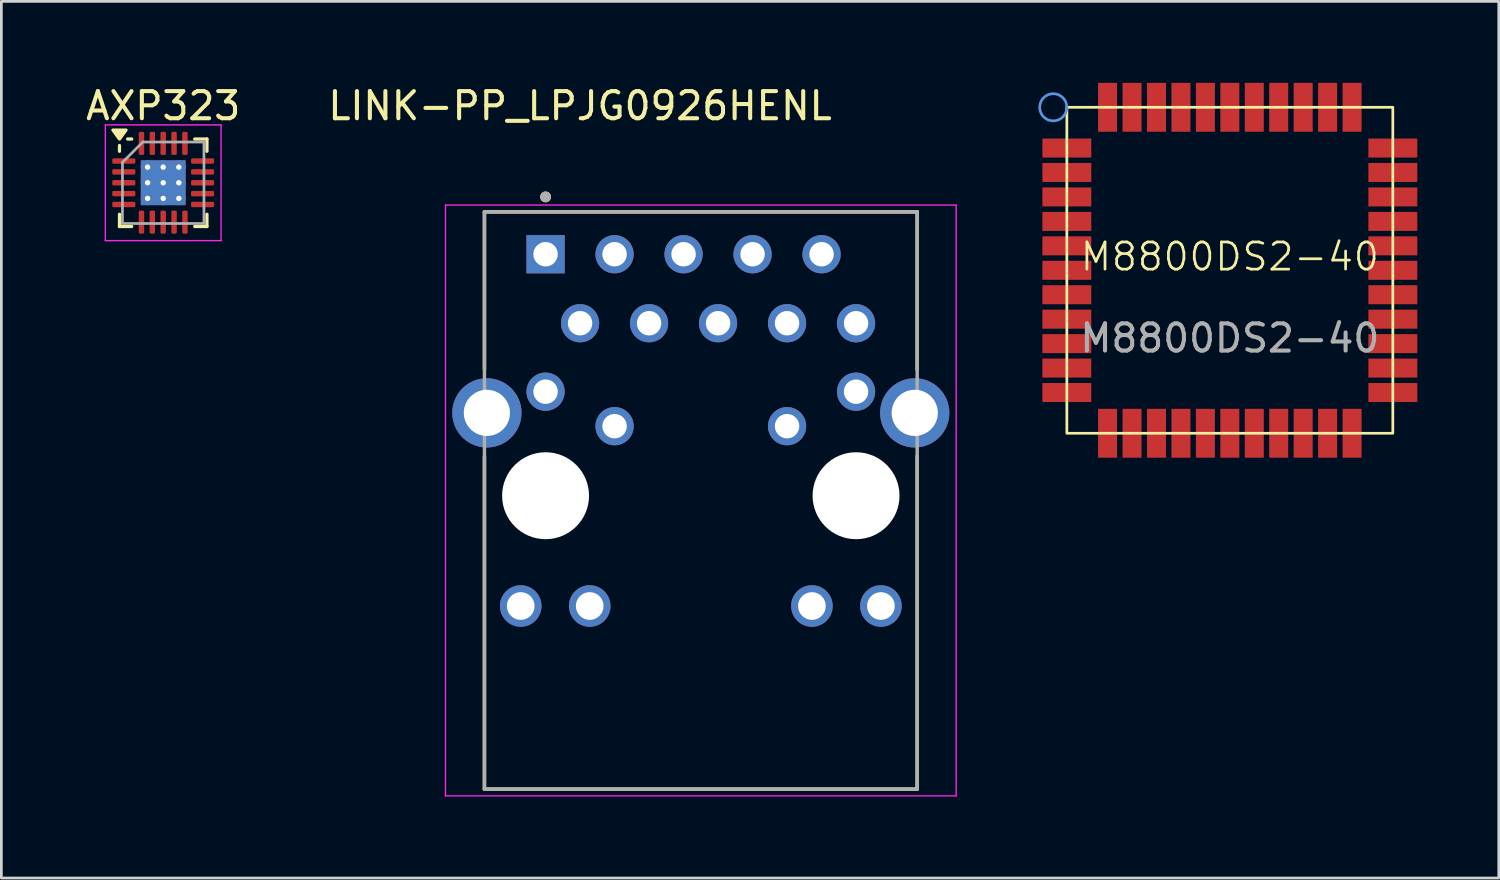
<source format=kicad_pcb>
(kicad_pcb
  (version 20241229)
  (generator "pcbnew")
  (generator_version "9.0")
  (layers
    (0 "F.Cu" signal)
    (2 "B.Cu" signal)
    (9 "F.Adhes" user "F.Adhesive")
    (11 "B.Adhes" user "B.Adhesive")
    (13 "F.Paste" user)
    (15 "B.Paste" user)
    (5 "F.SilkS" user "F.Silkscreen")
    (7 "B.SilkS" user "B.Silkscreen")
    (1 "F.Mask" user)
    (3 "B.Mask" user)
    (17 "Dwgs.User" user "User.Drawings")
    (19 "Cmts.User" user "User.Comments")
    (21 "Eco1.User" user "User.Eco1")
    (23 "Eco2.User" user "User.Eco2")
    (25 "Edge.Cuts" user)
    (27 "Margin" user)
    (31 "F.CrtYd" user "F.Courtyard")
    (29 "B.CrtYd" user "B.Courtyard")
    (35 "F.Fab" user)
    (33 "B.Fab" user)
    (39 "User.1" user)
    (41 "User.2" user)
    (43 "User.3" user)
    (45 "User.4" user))
  (footprint "LINK-PP_LPJG0926HENL"
    (layer "F.Cu")
    (at 22.749 15.199)
    (property "Reference" "LINK-PP_LPJG0926HENL" (at -4.445 -14.351 0) (layer "F.SilkS") (effects (font (size 1 1) (thickness 0.15))))
    (attr through_hole)
    (fp_line (start -7.965 -10.45) (end 7.965 -10.45) (stroke (width 0.127) (type solid)) (layer "F.SilkS"))
    (fp_line (start -7.965 -4.645) (end -7.965 -10.45) (stroke (width 0.127) (type solid)) (layer "F.SilkS"))
    (fp_line (start -7.965 10.8) (end -7.965 -1.455) (stroke (width 0.127) (type solid)) (layer "F.SilkS"))
    (fp_line (start 7.965 -10.45) (end 7.965 -4.645) (stroke (width 0.127) (type solid)) (layer "F.SilkS"))
    (fp_line (start 7.965 10.8) (end -7.965 10.8) (stroke (width 0.127) (type solid)) (layer "F.SilkS"))
    (fp_line (start 7.965 10.8) (end 7.965 -1.455) (stroke (width 0.127) (type solid)) (layer "F.SilkS"))
    (fp_circle (center -5.715 -11) (end -5.615 -11) (stroke (width 0.2) (type solid)) (fill no) (layer "F.SilkS"))
    (fp_line (start -9.4 -10.7) (end -9.4 11.05) (stroke (width 0.05) (type solid)) (layer "F.CrtYd"))
    (fp_line (start -9.4 11.05) (end 9.4 11.05) (stroke (width 0.05) (type solid)) (layer "F.CrtYd"))
    (fp_line (start 9.4 -10.7) (end -9.4 -10.7) (stroke (width 0.05) (type solid)) (layer "F.CrtYd"))
    (fp_line (start 9.4 11.05) (end 9.4 -10.7) (stroke (width 0.05) (type solid)) (layer "F.CrtYd"))
    (fp_line (start -7.965 -10.45) (end 7.965 -10.45) (stroke (width 0.127) (type solid)) (layer "F.Fab"))
    (fp_line (start -7.965 10.8) (end -7.965 -10.45) (stroke (width 0.127) (type solid)) (layer "F.Fab"))
    (fp_line (start 7.965 -10.45) (end 7.965 10.8) (stroke (width 0.127) (type solid)) (layer "F.Fab"))
    (fp_line (start 7.965 10.8) (end -7.965 10.8) (stroke (width 0.127) (type solid)) (layer "F.Fab"))
    (fp_circle (center -5.715 -11) (end -5.615 -11) (stroke (width 0.2) (type solid)) (fill no) (layer "F.Fab"))
    (pad "" np_thru_hole circle (at -5.715 0) (size 3.2 3.2) (drill 3.2) (layers "*.Cu" "*.Mask"))
    (pad "" np_thru_hole circle (at 5.715 0) (size 3.2 3.2) (drill 3.2) (layers "*.Cu" "*.Mask"))
    (pad "1" thru_hole rect (at -5.715 -8.89) (size 1.408 1.408) (drill 0.9) (layers "*.Cu" "*.Mask"))
    (pad "2" thru_hole circle (at -4.445 -6.35) (size 1.408 1.408) (drill 0.9) (layers "*.Cu" "*.Mask"))
    (pad "3" thru_hole circle (at -3.175 -8.89) (size 1.408 1.408) (drill 0.9) (layers "*.Cu" "*.Mask"))
    (pad "4" thru_hole circle (at -1.905 -6.35) (size 1.408 1.408) (drill 0.9) (layers "*.Cu" "*.Mask"))
    (pad "5" thru_hole circle (at -0.635 -8.89) (size 1.408 1.408) (drill 0.9) (layers "*.Cu" "*.Mask"))
    (pad "6" thru_hole circle (at 0.635 -6.35) (size 1.408 1.408) (drill 0.9) (layers "*.Cu" "*.Mask"))
    (pad "7" thru_hole circle (at 1.905 -8.89) (size 1.408 1.408) (drill 0.9) (layers "*.Cu" "*.Mask"))
    (pad "8" thru_hole circle (at 3.175 -6.35) (size 1.408 1.408) (drill 0.9) (layers "*.Cu" "*.Mask"))
    (pad "9" thru_hole circle (at 4.445 -8.89) (size 1.408 1.408) (drill 0.9) (layers "*.Cu" "*.Mask"))
    (pad "10" thru_hole circle (at 5.715 -6.35) (size 1.408 1.408) (drill 0.9) (layers "*.Cu" "*.Mask"))
    (pad "11" thru_hole circle (at -5.715 -3.83) (size 1.408 1.408) (drill 0.9) (layers "*.Cu" "*.Mask"))
    (pad "12" thru_hole circle (at -3.175 -2.56) (size 1.408 1.408) (drill 0.9) (layers "*.Cu" "*.Mask"))
    (pad "13" thru_hole circle (at 3.175 -2.56) (size 1.408 1.408) (drill 0.9) (layers "*.Cu" "*.Mask"))
    (pad "14" thru_hole circle (at 5.715 -3.83) (size 1.408 1.408) (drill 0.9) (layers "*.Cu" "*.Mask"))
    (pad "15" thru_hole circle (at -6.63 4.06) (size 1.53 1.53) (drill 1.02) (layers "*.Cu" "*.Mask"))
    (pad "16" thru_hole circle (at -4.09 4.06) (size 1.53 1.53) (drill 1.02) (layers "*.Cu" "*.Mask"))
    (pad "17" thru_hole circle (at 4.09 4.06) (size 1.53 1.53) (drill 1.02) (layers "*.Cu" "*.Mask"))
    (pad "18" thru_hole circle (at 6.63 4.06) (size 1.53 1.53) (drill 1.02) (layers "*.Cu" "*.Mask"))
    (pad "S1" thru_hole circle (at -7.875 -3.05) (size 2.55 2.55) (drill 1.7) (layers "*.Cu" "*.Mask"))
    (pad "S2" thru_hole circle (at 7.875 -3.05) (size 2.55 2.55) (drill 1.7) (layers "*.Cu" "*.Mask")))
  (footprint "M8800DS2-40"
    (layer "F.Cu")
    (at 42.224 6.9)
    (property "Reference" "M8800DS2-40" (at 0 -0.5 0) (unlocked yes) (layer "F.SilkS") (effects (font (size 1 1) (thickness 0.1))))
    (attr smd)
    (fp_rect (start -6 -6) (end 6 6) (stroke (width 0.1) (type solid)) (fill no) (layer "F.SilkS"))
    (fp_circle (center -6.5 -6) (end -6 -6) (stroke (width 0.1) (type solid)) (fill no) (layer "Cmts.User"))
    (fp_text user "${REFERENCE}" (at 0 2.5 0) (unlocked yes) (layer "F.Fab") (effects (font (size 1 1) (thickness 0.15))))
    (pad "1" smd rect (at -6 -4.5) (size 1.8 0.7) (layers "F.Cu" "F.Mask" "F.Paste"))
    (pad "2" smd rect (at -6 -3.6) (size 1.8 0.7) (layers "F.Cu" "F.Mask" "F.Paste"))
    (pad "3" smd rect (at -6 -2.7) (size 1.8 0.7) (layers "F.Cu" "F.Mask" "F.Paste"))
    (pad "4" smd rect (at -6 -1.8) (size 1.8 0.7) (layers "F.Cu" "F.Mask" "F.Paste"))
    (pad "5" smd rect (at -6 -0.9) (size 1.8 0.7) (layers "F.Cu" "F.Mask" "F.Paste"))
    (pad "6" smd rect (at -6 0) (size 1.8 0.7) (layers "F.Cu" "F.Mask" "F.Paste"))
    (pad "7" smd rect (at -6 0.9) (size 1.8 0.7) (layers "F.Cu" "F.Mask" "F.Paste"))
    (pad "8" smd rect (at -6 1.8) (size 1.8 0.7) (layers "F.Cu" "F.Mask" "F.Paste"))
    (pad "9" smd rect (at -6 2.7) (size 1.8 0.7) (layers "F.Cu" "F.Mask" "F.Paste"))
    (pad "10" smd rect (at -6 3.6) (size 1.8 0.7) (layers "F.Cu" "F.Mask" "F.Paste"))
    (pad "11" smd rect (at -6 4.5) (size 1.8 0.7) (layers "F.Cu" "F.Mask" "F.Paste"))
    (pad "12" smd rect (at -4.5 6 90) (size 1.8 0.7) (layers "F.Cu" "F.Mask" "F.Paste"))
    (pad "13" smd rect (at -3.6 6 90) (size 1.8 0.7) (layers "F.Cu" "F.Mask" "F.Paste"))
    (pad "14" smd rect (at -2.7 6 90) (size 1.8 0.7) (layers "F.Cu" "F.Mask" "F.Paste"))
    (pad "15" smd rect (at -1.8 6 90) (size 1.8 0.7) (layers "F.Cu" "F.Mask" "F.Paste"))
    (pad "16" smd rect (at -0.9 6 90) (size 1.8 0.7) (layers "F.Cu" "F.Mask" "F.Paste"))
    (pad "17" smd rect (at 0 6 90) (size 1.8 0.7) (layers "F.Cu" "F.Mask" "F.Paste"))
    (pad "18" smd rect (at 0.9 6 90) (size 1.8 0.7) (layers "F.Cu" "F.Mask" "F.Paste"))
    (pad "19" smd rect (at 1.8 6 90) (size 1.8 0.7) (layers "F.Cu" "F.Mask" "F.Paste"))
    (pad "20" smd rect (at 2.7 6 90) (size 1.8 0.7) (layers "F.Cu" "F.Mask" "F.Paste"))
    (pad "21" smd rect (at 3.6 6 90) (size 1.8 0.7) (layers "F.Cu" "F.Mask" "F.Paste"))
    (pad "22" smd rect (at 4.5 6 90) (size 1.8 0.7) (layers "F.Cu" "F.Mask" "F.Paste"))
    (pad "23" smd rect (at 6 4.5) (size 1.8 0.7) (layers "F.Cu" "F.Mask" "F.Paste"))
    (pad "24" smd rect (at 6 3.6) (size 1.8 0.7) (layers "F.Cu" "F.Mask" "F.Paste"))
    (pad "25" smd rect (at 6 2.7) (size 1.8 0.7) (layers "F.Cu" "F.Mask" "F.Paste"))
    (pad "26" smd rect (at 6 1.8) (size 1.8 0.7) (layers "F.Cu" "F.Mask" "F.Paste"))
    (pad "27" smd rect (at 6 0.9) (size 1.8 0.7) (layers "F.Cu" "F.Mask" "F.Paste"))
    (pad "28" smd rect (at 6 0) (size 1.8 0.7) (layers "F.Cu" "F.Mask" "F.Paste"))
    (pad "29" smd rect (at 6 -0.9) (size 1.8 0.7) (layers "F.Cu" "F.Mask" "F.Paste"))
    (pad "30" smd rect (at 6 -1.8) (size 1.8 0.7) (layers "F.Cu" "F.Mask" "F.Paste"))
    (pad "31" smd rect (at 6 -2.7) (size 1.8 0.7) (layers "F.Cu" "F.Mask" "F.Paste"))
    (pad "32" smd rect (at 6 -3.6) (size 1.8 0.7) (layers "F.Cu" "F.Mask" "F.Paste"))
    (pad "33" smd rect (at 6 -4.5) (size 1.8 0.7) (layers "F.Cu" "F.Mask" "F.Paste"))
    (pad "34" smd rect (at 4.5 -6 90) (size 1.8 0.7) (layers "F.Cu" "F.Mask" "F.Paste"))
    (pad "35" smd rect (at 3.6 -6 90) (size 1.8 0.7) (layers "F.Cu" "F.Mask" "F.Paste"))
    (pad "36" smd rect (at 2.7 -6 90) (size 1.8 0.7) (layers "F.Cu" "F.Mask" "F.Paste"))
    (pad "37" smd rect (at 1.8 -6 90) (size 1.8 0.7) (layers "F.Cu" "F.Mask" "F.Paste"))
    (pad "38" smd rect (at 0.9 -6 90) (size 1.8 0.7) (layers "F.Cu" "F.Mask" "F.Paste"))
    (pad "39" smd rect (at 0 -6 90) (size 1.8 0.7) (layers "F.Cu" "F.Mask" "F.Paste"))
    (pad "40" smd rect (at -0.9 -6 90) (size 1.8 0.7) (layers "F.Cu" "F.Mask" "F.Paste"))
    (pad "41" smd rect (at -1.8 -6 90) (size 1.8 0.7) (layers "F.Cu" "F.Mask" "F.Paste"))
    (pad "42" smd rect (at -2.7 -6 90) (size 1.8 0.7) (layers "F.Cu" "F.Mask" "F.Paste"))
    (pad "43" smd rect (at -3.6 -6 90) (size 1.8 0.7) (layers "F.Cu" "F.Mask" "F.Paste"))
    (pad "44" smd rect (at -4.5 -6 90) (size 1.8 0.7) (layers "F.Cu" "F.Mask" "F.Paste")))
  (footprint "AXP323"
    (layer "F.Cu")
    (at 2.958 3.678)
    (property "Reference" "AXP323" (at 0 -2.83 0) (layer "F.SilkS") (effects (font (size 1 1) (thickness 0.15))))
    (attr smd)
    (fp_line (start -1.61 -1.16) (end -1.61 -1.37) (stroke (width 0.12) (type solid)) (layer "F.SilkS"))
    (fp_line (start -1.61 1.61) (end -1.61 1.16) (stroke (width 0.12) (type solid)) (layer "F.SilkS"))
    (fp_line (start -1.16 -1.61) (end -1.31 -1.61) (stroke (width 0.12) (type solid)) (layer "F.SilkS"))
    (fp_line (start -1.16 1.61) (end -1.61 1.61) (stroke (width 0.12) (type solid)) (layer "F.SilkS"))
    (fp_line (start 1.16 -1.61) (end 1.61 -1.61) (stroke (width 0.12) (type solid)) (layer "F.SilkS"))
    (fp_line (start 1.16 1.61) (end 1.61 1.61) (stroke (width 0.12) (type solid)) (layer "F.SilkS"))
    (fp_line (start 1.61 -1.61) (end 1.61 -1.16) (stroke (width 0.12) (type solid)) (layer "F.SilkS"))
    (fp_line (start 1.61 1.61) (end 1.61 1.16) (stroke (width 0.12) (type solid)) (layer "F.SilkS"))
    (fp_poly (pts (xy -1.61 -1.61) (xy -1.85 -1.94) (xy -1.37 -1.94) (xy -1.61 -1.61)) (stroke (width 0.12) (type solid)) (fill yes) (layer "F.SilkS"))
    (fp_line (start -2.13 -2.13) (end -2.13 2.13) (stroke (width 0.05) (type solid)) (layer "F.CrtYd"))
    (fp_line (start -2.13 2.13) (end 2.13 2.13) (stroke (width 0.05) (type solid)) (layer "F.CrtYd"))
    (fp_line (start 2.13 -2.13) (end -2.13 -2.13) (stroke (width 0.05) (type solid)) (layer "F.CrtYd"))
    (fp_line (start 2.13 2.13) (end 2.13 -2.13) (stroke (width 0.05) (type solid)) (layer "F.CrtYd"))
    (fp_line (start -1.5 -0.75) (end -0.75 -1.5) (stroke (width 0.1) (type solid)) (layer "F.Fab"))
    (fp_line (start -1.5 1.5) (end -1.5 -0.75) (stroke (width 0.1) (type solid)) (layer "F.Fab"))
    (fp_line (start -0.75 -1.5) (end 1.5 -1.5) (stroke (width 0.1) (type solid)) (layer "F.Fab"))
    (fp_line (start 1.5 -1.5) (end 1.5 1.5) (stroke (width 0.1) (type solid)) (layer "F.Fab"))
    (fp_line (start 1.5 1.5) (end -1.5 1.5) (stroke (width 0.1) (type solid)) (layer "F.Fab"))
    (pad "" smd roundrect (at -0.41 -0.41) (size 0.69 0.69) (layers "F.Paste") (roundrect_rratio 0.25))
    (pad "" smd roundrect (at -0.41 0.41) (size 0.69 0.69) (layers "F.Paste") (roundrect_rratio 0.25))
    (pad "" smd roundrect (at 0.41 -0.41) (size 0.69 0.69) (layers "F.Paste") (roundrect_rratio 0.25))
    (pad "" smd roundrect (at 0.41 0.41) (size 0.69 0.69) (layers "F.Paste") (roundrect_rratio 0.25))
    (pad "1" smd roundrect (at -1.45 -0.8) (size 0.85 0.2) (layers "F.Cu" "F.Mask" "F.Paste") (roundrect_rratio 0.25))
    (pad "2" smd roundrect (at -1.45 -0.4) (size 0.85 0.2) (layers "F.Cu" "F.Mask" "F.Paste") (roundrect_rratio 0.25))
    (pad "3" smd roundrect (at -1.45 0) (size 0.85 0.2) (layers "F.Cu" "F.Mask" "F.Paste") (roundrect_rratio 0.25))
    (pad "4" smd roundrect (at -1.45 0.4) (size 0.85 0.2) (layers "F.Cu" "F.Mask" "F.Paste") (roundrect_rratio 0.25))
    (pad "5" smd roundrect (at -1.45 0.8) (size 0.85 0.2) (layers "F.Cu" "F.Mask" "F.Paste") (roundrect_rratio 0.25))
    (pad "6" smd roundrect (at -0.8 1.45) (size 0.2 0.85) (layers "F.Cu" "F.Mask" "F.Paste") (roundrect_rratio 0.25))
    (pad "7" smd roundrect (at -0.4 1.45) (size 0.2 0.85) (layers "F.Cu" "F.Mask" "F.Paste") (roundrect_rratio 0.25))
    (pad "8" smd roundrect (at 0 1.45) (size 0.2 0.85) (layers "F.Cu" "F.Mask" "F.Paste") (roundrect_rratio 0.25))
    (pad "9" smd roundrect (at 0.4 1.45) (size 0.2 0.85) (layers "F.Cu" "F.Mask" "F.Paste") (roundrect_rratio 0.25))
    (pad "10" smd roundrect (at 0.8 1.45) (size 0.2 0.85) (layers "F.Cu" "F.Mask" "F.Paste") (roundrect_rratio 0.25))
    (pad "11" smd roundrect (at 1.45 0.8) (size 0.85 0.2) (layers "F.Cu" "F.Mask" "F.Paste") (roundrect_rratio 0.25))
    (pad "12" smd roundrect (at 1.45 0.4) (size 0.85 0.2) (layers "F.Cu" "F.Mask" "F.Paste") (roundrect_rratio 0.25))
    (pad "13" smd roundrect (at 1.45 0) (size 0.85 0.2) (layers "F.Cu" "F.Mask" "F.Paste") (roundrect_rratio 0.25))
    (pad "14" smd roundrect (at 1.45 -0.4) (size 0.85 0.2) (layers "F.Cu" "F.Mask" "F.Paste") (roundrect_rratio 0.25))
    (pad "15" smd roundrect (at 1.45 -0.8) (size 0.85 0.2) (layers "F.Cu" "F.Mask" "F.Paste") (roundrect_rratio 0.25))
    (pad "16" smd roundrect (at 0.8 -1.45) (size 0.2 0.85) (layers "F.Cu" "F.Mask" "F.Paste") (roundrect_rratio 0.25))
    (pad "17" smd roundrect (at 0.4 -1.45) (size 0.2 0.85) (layers "F.Cu" "F.Mask" "F.Paste") (roundrect_rratio 0.25))
    (pad "18" smd roundrect (at 0 -1.45) (size 0.2 0.85) (layers "F.Cu" "F.Mask" "F.Paste") (roundrect_rratio 0.25))
    (pad "19" smd roundrect (at -0.4 -1.45) (size 0.2 0.85) (layers "F.Cu" "F.Mask" "F.Paste") (roundrect_rratio 0.25))
    (pad "20" smd roundrect (at -0.8 -1.45) (size 0.2 0.85) (layers "F.Cu" "F.Mask" "F.Paste") (roundrect_rratio 0.25))
    (pad "21" thru_hole circle (at -0.575 -0.575) (size 0.5 0.5) (drill 0.2) (property pad_prop_heatsink) (layers "*.Cu"))
    (pad "21" thru_hole circle (at -0.575 0) (size 0.5 0.5) (drill 0.2) (property pad_prop_heatsink) (layers "*.Cu"))
    (pad "21" thru_hole circle (at -0.575 0.575) (size 0.5 0.5) (drill 0.2) (property pad_prop_heatsink) (layers "*.Cu"))
    (pad "21" thru_hole circle (at 0 -0.575) (size 0.5 0.5) (drill 0.2) (property pad_prop_heatsink) (layers "*.Cu"))
    (pad "21" thru_hole circle (at 0 0) (size 0.5 0.5) (drill 0.2) (property pad_prop_heatsink) (layers "*.Cu"))
    (pad "21" smd rect (at 0 0) (size 1.65 1.65) (property pad_prop_heatsink) (layers "F.Cu" "F.Mask"))
    (pad "21" smd rect (at 0 0) (size 1.65 1.65) (property pad_prop_heatsink) (layers "B.Cu"))
    (pad "21" thru_hole circle (at 0 0.575) (size 0.5 0.5) (drill 0.2) (property pad_prop_heatsink) (layers "*.Cu"))
    (pad "21" thru_hole circle (at 0.575 -0.575) (size 0.5 0.5) (drill 0.2) (property pad_prop_heatsink) (layers "*.Cu"))
    (pad "21" thru_hole circle (at 0.575 0) (size 0.5 0.5) (drill 0.2) (property pad_prop_heatsink) (layers "*.Cu"))
    (pad "21" thru_hole circle (at 0.575 0.575) (size 0.5 0.5) (drill 0.2) (property pad_prop_heatsink) (layers "*.Cu")))
  (gr_rect
    (start -3 -3)
    (end 52.124 29.274)
    (stroke (width 0.1) (type default))
    (fill no)
    (layer "Edge.Cuts")))
</source>
